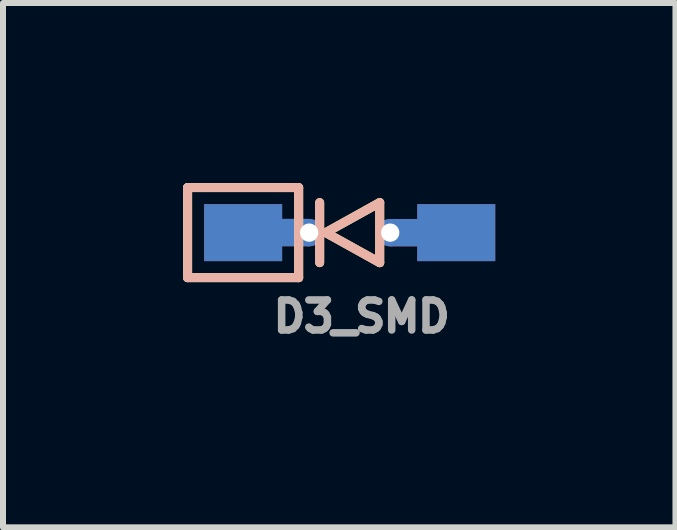
<source format=kicad_pcb>
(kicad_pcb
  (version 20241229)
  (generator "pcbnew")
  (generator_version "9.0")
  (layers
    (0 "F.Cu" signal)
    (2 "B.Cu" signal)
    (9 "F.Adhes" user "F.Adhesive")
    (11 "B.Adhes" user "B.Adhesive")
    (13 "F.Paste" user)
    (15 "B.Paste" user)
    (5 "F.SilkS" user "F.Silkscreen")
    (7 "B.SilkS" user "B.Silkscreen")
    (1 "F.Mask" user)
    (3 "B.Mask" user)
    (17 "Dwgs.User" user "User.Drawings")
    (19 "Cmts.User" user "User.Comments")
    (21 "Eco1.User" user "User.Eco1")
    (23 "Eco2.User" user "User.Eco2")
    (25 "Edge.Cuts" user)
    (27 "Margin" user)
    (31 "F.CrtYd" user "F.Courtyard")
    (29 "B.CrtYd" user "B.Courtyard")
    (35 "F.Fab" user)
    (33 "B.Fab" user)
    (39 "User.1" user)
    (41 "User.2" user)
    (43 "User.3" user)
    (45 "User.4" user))
  (footprint "D3_SMD"
    (layer "F.Cu")
    (at 2.975 0.825)
    (property "Reference" "D3_SMD" (at 0 1.397 0) (layer "F.Fab") (effects (font (size 0.5 0.5) (thickness 0.125))))
    (fp_poly (pts (xy -1.377 0.425) (xy -2.577 0.425) (xy -2.577 -0.425) (xy -1.377 -0.425)) (stroke (width 0.1) (type solid)) (fill yes) (layer "F.Mask"))
    (fp_poly (pts (xy 2.177 0.425) (xy 0.977 0.425) (xy 0.977 -0.425) (xy 2.177 -0.425)) (stroke (width 0.1) (type solid)) (fill yes) (layer "F.Mask"))
    (fp_poly (pts (xy -1.378 0.425) (xy -2.578 0.425) (xy -2.578 -0.425) (xy -1.378 -0.425)) (stroke (width 0.1) (type solid)) (fill yes) (layer "B.Mask"))
    (fp_poly (pts (xy 2.177 0.425) (xy 0.977 0.425) (xy 0.977 -0.425) (xy 2.177 -0.425)) (stroke (width 0.1) (type solid)) (fill yes) (layer "B.Mask"))
    (fp_line (start -2.9 -0.75) (end -2.9 0.75) (stroke (width 0.15) (type solid)) (layer "F.SilkS"))
    (fp_line (start -2.9 0.75) (end -1.05 0.75) (stroke (width 0.15) (type solid)) (layer "F.SilkS"))
    (fp_line (start -1.05 -0.75) (end -2.9 -0.75) (stroke (width 0.15) (type solid)) (layer "F.SilkS"))
    (fp_line (start -1.05 -0.75) (end -1.05 0.75) (stroke (width 0.15) (type solid)) (layer "F.SilkS"))
    (fp_line (start -0.7 -0.5) (end -0.7 0.5) (stroke (width 0.15) (type solid)) (layer "F.SilkS"))
    (fp_line (start -0.6 0) (end 0.3 -0.5) (stroke (width 0.15) (type solid)) (layer "F.SilkS"))
    (fp_line (start 0.3 -0.5) (end 0.3 0.5) (stroke (width 0.15) (type solid)) (layer "F.SilkS"))
    (fp_line (start 0.3 0.5) (end -0.6 0) (stroke (width 0.15) (type solid)) (layer "F.SilkS"))
    (fp_line (start -2.9 -0.75) (end -2.9 0.75) (stroke (width 0.15) (type solid)) (layer "B.SilkS"))
    (fp_line (start -2.9 0.75) (end -1.05 0.75) (stroke (width 0.15) (type solid)) (layer "B.SilkS"))
    (fp_line (start -1.05 -0.75) (end -2.9 -0.75) (stroke (width 0.15) (type solid)) (layer "B.SilkS"))
    (fp_line (start -1.05 -0.75) (end -1.05 0.75) (stroke (width 0.15) (type solid)) (layer "B.SilkS"))
    (fp_line (start -0.7 0.5) (end -0.7 -0.5) (stroke (width 0.15) (type solid)) (layer "B.SilkS"))
    (fp_line (start -0.6 0) (end 0.3 0.5) (stroke (width 0.15) (type solid)) (layer "B.SilkS"))
    (fp_line (start 0.3 -0.5) (end -0.6 0) (stroke (width 0.15) (type solid)) (layer "B.SilkS"))
    (fp_line (start 0.3 0.5) (end 0.3 -0.5) (stroke (width 0.15) (type solid)) (layer "B.SilkS"))
    (pad "1" smd custom (at -1.975 0) (size 1.3 0.95) (layers "F.Cu") (options (anchor rect)) (primitives (gr_poly (pts (xy 1.094 0.177) (xy 0.521 0.177) (xy 0.521 -0.178) (xy 1.094 -0.178)) (width 0.1) (fill yes))))
    (pad "1" smd custom (at -1.975 0) (size 1.3 0.95) (layers "B.Cu") (options (anchor rect)) (primitives (gr_poly (pts (xy 1.094 0.177) (xy 0.521 0.177) (xy 0.521 -0.179) (xy 1.094 -0.179)) (width 0.1) (fill yes))))
    (pad "1" thru_hole circle (at -0.875 0 270) (size 0.457 0.457) (drill 0.305) (layers "*.Cu"))
    (pad "2" thru_hole circle (at 0.475 0.0004 90) (size 0.457 0.457) (drill 0.305) (layers "*.Cu"))
    (pad "2" smd custom (at 1.575 0) (size 1.3 0.95) (layers "F.Cu") (options (anchor rect)) (primitives (gr_poly (pts (xy -0.521 0.179) (xy -1.094 0.179) (xy -1.094 -0.177) (xy -0.521 -0.177)) (width 0.1) (fill yes))))
    (pad "2" smd custom (at 1.575 0) (size 1.3 0.95) (layers "B.Cu") (options (anchor rect)) (primitives (gr_poly (pts (xy -0.521 0.179) (xy -1.094 0.179) (xy -1.094 -0.177) (xy -0.521 -0.177)) (width 0.1) (fill yes)))))
  (gr_rect
    (start -3 -3)
    (end 8.202 5.734)
    (stroke (width 0.1) (type default))
    (fill no)
    (layer "Edge.Cuts")))
</source>
